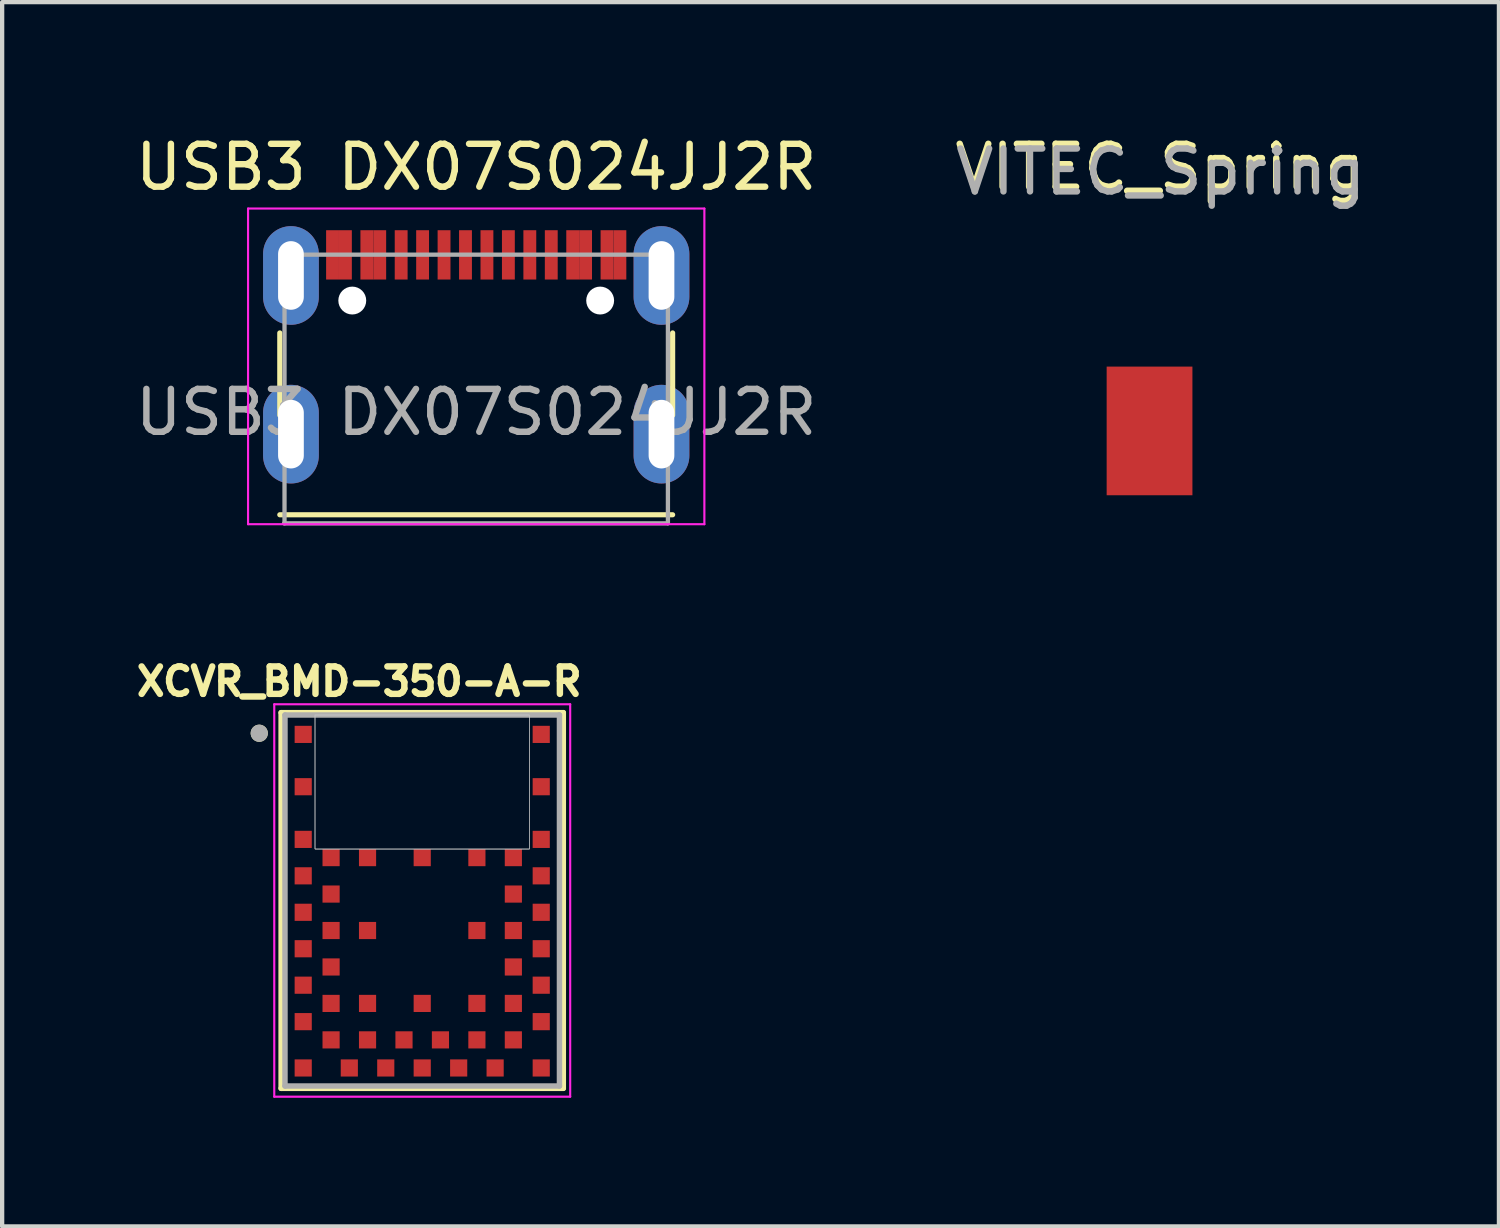
<source format=kicad_pcb>
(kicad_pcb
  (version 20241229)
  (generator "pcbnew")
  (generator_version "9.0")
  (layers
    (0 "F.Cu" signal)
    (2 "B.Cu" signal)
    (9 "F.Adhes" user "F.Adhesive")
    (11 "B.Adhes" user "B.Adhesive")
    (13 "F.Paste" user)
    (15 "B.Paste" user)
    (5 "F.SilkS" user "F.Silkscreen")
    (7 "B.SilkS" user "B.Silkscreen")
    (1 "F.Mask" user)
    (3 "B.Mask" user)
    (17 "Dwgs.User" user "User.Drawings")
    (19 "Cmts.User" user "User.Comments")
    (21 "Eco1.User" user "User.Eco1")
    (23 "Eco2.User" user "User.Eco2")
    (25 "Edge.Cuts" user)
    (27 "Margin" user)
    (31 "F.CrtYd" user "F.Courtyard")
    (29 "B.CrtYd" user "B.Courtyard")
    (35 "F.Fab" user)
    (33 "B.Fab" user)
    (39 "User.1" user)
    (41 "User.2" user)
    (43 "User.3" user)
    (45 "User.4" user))
  (footprint "XCVR_BMD-350-A-R"
    (layer "F.Cu")
    (at 6.795 17.947)
    (property "Reference" "XCVR_BMD-350-A-R" (at -1.468 -5.106 0) (layer "F.SilkS") (effects (font (size 0.64 0.64) (thickness 0.15))))
    (attr through_hole)
    (fp_line (start -3.29 -4.38) (end -3.29 4.38) (stroke (width 0.127) (type solid)) (layer "F.SilkS"))
    (fp_line (start -3.29 4.38) (end 3.29 4.38) (stroke (width 0.127) (type solid)) (layer "F.SilkS"))
    (fp_line (start 3.29 -4.38) (end -3.29 -4.38) (stroke (width 0.127) (type solid)) (layer "F.SilkS"))
    (fp_line (start 3.29 4.38) (end 3.29 -4.38) (stroke (width 0.127) (type solid)) (layer "F.SilkS"))
    (fp_circle (center -3.8 -3.9) (end -3.7 -3.9) (stroke (width 0.2) (type solid)) (fill no) (layer "F.SilkS"))
    (fp_poly (pts (xy -2.5 -4.325) (xy 2.5 -4.325) (xy 2.5 -1.2) (xy -2.5 -1.2)) (stroke (width 0.01) (type solid)) (fill no) (layer "Dwgs.User"))
    (fp_poly (pts (xy -2.5 -4.325) (xy 2.5 -4.325) (xy 2.5 -1.2) (xy -2.5 -1.2)) (stroke (width 0.01) (type solid)) (fill no) (layer "Dwgs.User"))
    (fp_poly (pts (xy -2.5 -4.325) (xy 2.5 -4.325) (xy 2.5 -1.2) (xy -2.5 -1.2)) (stroke (width 0.01) (type solid)) (fill no) (layer "Dwgs.User"))
    (fp_line (start -3.45 -4.575) (end 3.45 -4.575) (stroke (width 0.05) (type solid)) (layer "F.CrtYd"))
    (fp_line (start -3.45 4.575) (end -3.45 -4.575) (stroke (width 0.05) (type solid)) (layer "F.CrtYd"))
    (fp_line (start 3.45 -4.575) (end 3.45 4.575) (stroke (width 0.05) (type solid)) (layer "F.CrtYd"))
    (fp_line (start 3.45 4.575) (end -3.45 4.575) (stroke (width 0.05) (type solid)) (layer "F.CrtYd"))
    (fp_line (start -3.2 -4.325) (end -3.2 4.325) (stroke (width 0.127) (type solid)) (layer "F.Fab"))
    (fp_line (start -3.2 4.325) (end 3.2 4.325) (stroke (width 0.127) (type solid)) (layer "F.Fab"))
    (fp_line (start 3.2 -4.325) (end -3.2 -4.325) (stroke (width 0.127) (type solid)) (layer "F.Fab"))
    (fp_line (start 3.2 4.325) (end 3.2 -4.325) (stroke (width 0.127) (type solid)) (layer "F.Fab"))
    (fp_circle (center -3.8 -3.9) (end -3.7 -3.9) (stroke (width 0.2) (type solid)) (fill no) (layer "F.Fab"))
    (pad "1" smd rect (at -2.775 -3.873) (size 0.4 0.4) (layers "F.Cu" "F.Mask" "F.Paste"))
    (pad "2" smd rect (at -2.775 -2.653) (size 0.4 0.4) (layers "F.Cu" "F.Mask" "F.Paste"))
    (pad "3" smd rect (at -2.775 -1.425) (size 0.4 0.4) (layers "F.Cu" "F.Mask" "F.Paste"))
    (pad "4" smd rect (at -2.125 -1) (size 0.4 0.4) (layers "F.Cu" "F.Mask" "F.Paste"))
    (pad "5" smd rect (at -2.775 -0.575) (size 0.4 0.4) (layers "F.Cu" "F.Mask" "F.Paste"))
    (pad "6" smd rect (at -2.125 -0.15) (size 0.4 0.4) (layers "F.Cu" "F.Mask" "F.Paste"))
    (pad "7" smd rect (at -2.775 0.275) (size 0.4 0.4) (layers "F.Cu" "F.Mask" "F.Paste"))
    (pad "8" smd rect (at -2.125 0.7) (size 0.4 0.4) (layers "F.Cu" "F.Mask" "F.Paste"))
    (pad "9" smd rect (at -2.775 1.125) (size 0.4 0.4) (layers "F.Cu" "F.Mask" "F.Paste"))
    (pad "10" smd rect (at -2.125 1.55) (size 0.4 0.4) (layers "F.Cu" "F.Mask" "F.Paste"))
    (pad "11" smd rect (at -2.775 1.975) (size 0.4 0.4) (layers "F.Cu" "F.Mask" "F.Paste"))
    (pad "12" smd rect (at -2.125 2.4) (size 0.4 0.4) (layers "F.Cu" "F.Mask" "F.Paste"))
    (pad "13" smd rect (at -2.775 2.825) (size 0.4 0.4) (layers "F.Cu" "F.Mask" "F.Paste"))
    (pad "14" smd rect (at -2.125 3.25) (size 0.4 0.4) (layers "F.Cu" "F.Mask" "F.Paste"))
    (pad "15" smd rect (at -2.775 3.905) (size 0.4 0.4) (layers "F.Cu" "F.Mask" "F.Paste"))
    (pad "16" smd rect (at -1.7 3.905) (size 0.4 0.4) (layers "F.Cu" "F.Mask" "F.Paste"))
    (pad "17" smd rect (at -1.275 3.25) (size 0.4 0.4) (layers "F.Cu" "F.Mask" "F.Paste"))
    (pad "18" smd rect (at -0.85 3.905) (size 0.4 0.4) (layers "F.Cu" "F.Mask" "F.Paste"))
    (pad "19" smd rect (at -0.425 3.25) (size 0.4 0.4) (layers "F.Cu" "F.Mask" "F.Paste"))
    (pad "20" smd rect (at 0 3.905) (size 0.4 0.4) (layers "F.Cu" "F.Mask" "F.Paste"))
    (pad "21" smd rect (at 0.425 3.25) (size 0.4 0.4) (layers "F.Cu" "F.Mask" "F.Paste"))
    (pad "22" smd rect (at 0.85 3.905) (size 0.4 0.4) (layers "F.Cu" "F.Mask" "F.Paste"))
    (pad "23" smd rect (at 1.275 3.25) (size 0.4 0.4) (layers "F.Cu" "F.Mask" "F.Paste"))
    (pad "24" smd rect (at 1.7 3.905) (size 0.4 0.4) (layers "F.Cu" "F.Mask" "F.Paste"))
    (pad "25" smd rect (at 2.125 3.25) (size 0.4 0.4) (layers "F.Cu" "F.Mask" "F.Paste"))
    (pad "26" smd rect (at 2.775 3.905) (size 0.4 0.4) (layers "F.Cu" "F.Mask" "F.Paste"))
    (pad "27" smd rect (at 2.775 2.825) (size 0.4 0.4) (layers "F.Cu" "F.Mask" "F.Paste"))
    (pad "28" smd rect (at 2.125 2.4) (size 0.4 0.4) (layers "F.Cu" "F.Mask" "F.Paste"))
    (pad "29" smd rect (at 2.775 1.975) (size 0.4 0.4) (layers "F.Cu" "F.Mask" "F.Paste"))
    (pad "30" smd rect (at 2.125 1.55) (size 0.4 0.4) (layers "F.Cu" "F.Mask" "F.Paste"))
    (pad "31" smd rect (at 2.775 1.125) (size 0.4 0.4) (layers "F.Cu" "F.Mask" "F.Paste"))
    (pad "32" smd rect (at 2.125 0.7) (size 0.4 0.4) (layers "F.Cu" "F.Mask" "F.Paste"))
    (pad "33" smd rect (at 2.775 0.275) (size 0.4 0.4) (layers "F.Cu" "F.Mask" "F.Paste"))
    (pad "34" smd rect (at 2.125 -0.15) (size 0.4 0.4) (layers "F.Cu" "F.Mask" "F.Paste"))
    (pad "35" smd rect (at 2.775 -0.575) (size 0.4 0.4) (layers "F.Cu" "F.Mask" "F.Paste"))
    (pad "36" smd rect (at 2.125 -1) (size 0.4 0.4) (layers "F.Cu" "F.Mask" "F.Paste"))
    (pad "37" smd rect (at 2.775 -1.425) (size 0.4 0.4) (layers "F.Cu" "F.Mask" "F.Paste"))
    (pad "38" smd rect (at 2.775 -2.653) (size 0.4 0.4) (layers "F.Cu" "F.Mask" "F.Paste"))
    (pad "39" smd rect (at 2.775 -3.873) (size 0.4 0.4) (layers "F.Cu" "F.Mask" "F.Paste"))
    (pad "40" smd rect (at -1.275 -1) (size 0.4 0.4) (layers "F.Cu" "F.Mask" "F.Paste"))
    (pad "41" smd rect (at -1.275 0.7) (size 0.4 0.4) (layers "F.Cu" "F.Mask" "F.Paste"))
    (pad "42" smd rect (at -1.275 2.4) (size 0.4 0.4) (layers "F.Cu" "F.Mask" "F.Paste"))
    (pad "43" smd rect (at 0 2.4) (size 0.4 0.4) (layers "F.Cu" "F.Mask" "F.Paste"))
    (pad "44" smd rect (at 1.275 2.4) (size 0.4 0.4) (layers "F.Cu" "F.Mask" "F.Paste"))
    (pad "45" smd rect (at 1.275 0.7) (size 0.4 0.4) (layers "F.Cu" "F.Mask" "F.Paste"))
    (pad "46" smd rect (at 1.275 -1) (size 0.4 0.4) (layers "F.Cu" "F.Mask" "F.Paste"))
    (pad "47" smd rect (at 0 -1) (size 0.4 0.4) (layers "F.Cu" "F.Mask" "F.Paste")))
  (footprint "USB3 DX07S024JJ2R"
    (layer "F.Cu")
    (at 8.064 3.973)
    (property "Reference" "USB3 DX07S024JJ2R" (at -0.01 -3.125 0) (layer "F.SilkS") (effects (font (size 1 1) (thickness 0.15))))
    (attr smd)
    (fp_line (start -4.59 0.74) (end -4.59 2.66) (stroke (width 0.12) (type solid)) (layer "F.SilkS"))
    (fp_line (start 4.57 2.66) (end 4.57 0.74) (stroke (width 0.12) (type solid)) (layer "F.SilkS"))
    (fp_line (start 4.57 4.98) (end -4.59 4.98) (stroke (width 0.12) (type solid)) (layer "F.SilkS"))
    (fp_line (start -5.33 -2.16) (end 5.31 -2.16) (stroke (width 0.05) (type solid)) (layer "F.CrtYd"))
    (fp_line (start -5.33 5.2) (end -5.33 -2.16) (stroke (width 0.05) (type solid)) (layer "F.CrtYd"))
    (fp_line (start 5.31 -2.16) (end 5.31 5.2) (stroke (width 0.05) (type solid)) (layer "F.CrtYd"))
    (fp_line (start 5.31 5.2) (end -5.33 5.2) (stroke (width 0.05) (type solid)) (layer "F.CrtYd"))
    (fp_line (start -4.49 5.18) (end 4.45 5.18) (stroke (width 0.1) (type solid)) (layer "F.Fab"))
    (fp_line (start -4.48 -1.085) (end -4.48 5.18) (stroke (width 0.1) (type solid)) (layer "F.Fab"))
    (fp_line (start -4.48 -1.085) (end 4.46 -1.085) (stroke (width 0.1) (type solid)) (layer "F.Fab"))
    (fp_line (start 4.46 5.18) (end 4.46 -1.085) (stroke (width 0.1) (type solid)) (layer "F.Fab"))
    (fp_text user "${REFERENCE}" (at -0.01 2.59 0) (layer "F.Fab") (effects (font (size 1 1) (thickness 0.15))))
    (pad "" np_thru_hole circle (at -2.9 -0.015) (size 0.65 0.65) (drill 0.65) (layers "*.Cu" "*.Mask"))
    (pad "" np_thru_hole circle (at 2.88 -0.015) (size 0.65 0.65) (drill 0.65) (layers "*.Cu" "*.Mask"))
    (pad "A1" smd rect (at -3.36 -1.08) (size 0.3 1.15) (layers "F.Cu" "F.Mask" "F.Paste"))
    (pad "A4" smd rect (at -2.56 -1.08) (size 0.3 1.15) (layers "F.Cu" "F.Mask" "F.Paste"))
    (pad "A5" smd rect (at -1.26 -1.08) (size 0.3 1.15) (layers "F.Cu" "F.Mask" "F.Paste"))
    (pad "A6" smd rect (at -0.26 -1.08) (size 0.3 1.15) (layers "F.Cu" "F.Mask" "F.Paste"))
    (pad "A7" smd rect (at 0.24 -1.08) (size 0.3 1.15) (layers "F.Cu" "F.Mask" "F.Paste"))
    (pad "A8" smd rect (at 1.24 -1.08) (size 0.3 1.15) (layers "F.Cu" "F.Mask" "F.Paste"))
    (pad "A9" smd rect (at 2.54 -1.08) (size 0.3 1.15) (layers "F.Cu" "F.Mask" "F.Paste"))
    (pad "A12" smd rect (at 3.34 -1.08) (size 0.3 1.15) (layers "F.Cu" "F.Mask" "F.Paste"))
    (pad "B1" smd rect (at 3.04 -1.08) (size 0.3 1.15) (layers "F.Cu" "F.Mask" "F.Paste"))
    (pad "B4" smd rect (at 2.24 -1.08) (size 0.3 1.15) (layers "F.Cu" "F.Mask" "F.Paste"))
    (pad "B5" smd rect (at 1.74 -1.08) (size 0.3 1.15) (layers "F.Cu" "F.Mask" "F.Paste"))
    (pad "B6" smd rect (at 0.74 -1.08) (size 0.3 1.15) (layers "F.Cu" "F.Mask" "F.Paste"))
    (pad "B7" smd rect (at -0.76 -1.08) (size 0.3 1.15) (layers "F.Cu" "F.Mask" "F.Paste"))
    (pad "B8" smd rect (at -1.76 -1.08) (size 0.3 1.15) (layers "F.Cu" "F.Mask" "F.Paste"))
    (pad "B9" smd rect (at -2.26 -1.08) (size 0.3 1.15) (layers "F.Cu" "F.Mask" "F.Paste"))
    (pad "B12" smd rect (at -3.06 -1.08) (size 0.3 1.15) (layers "F.Cu" "F.Mask" "F.Paste"))
    (pad "S1" thru_hole oval (at -4.33 -0.6) (size 1.3 2.3) (drill oval 0.6 1.6) (layers "*.Cu" "*.Mask"))
    (pad "S1" thru_hole oval (at -4.33 3.1) (size 1.3 2.3) (drill oval 0.6 1.6) (layers "*.Cu" "*.Mask"))
    (pad "S1" thru_hole oval (at 4.31 -0.6) (size 1.3 2.3) (drill oval 0.6 1.6) (layers "*.Cu" "*.Mask"))
    (pad "S1" thru_hole oval (at 4.31 3.1) (size 1.3 2.3) (drill oval 0.6 1.6) (layers "*.Cu" "*.Mask")))
  (footprint "VITEC_Spring"
    (layer "F.Cu")
    (at 23.754 6.998)
    (property "Reference" "VITEC_Spring" (at 0.24 -6.15 0) (layer "F.SilkS") (effects (font (size 1 1) (thickness 0.15))))
    (attr exclude_from_pos_files exclude_from_bom)
    (fp_text user "${REFERENCE}" (at 0.26 -6.04 0) (layer "F.Fab") (effects (font (size 1 1) (thickness 0.15))))
    (pad "1" smd rect (at 0 0) (size 2 3) (layers "F.Cu" "F.Mask")))
  (gr_rect
    (start -3 -3)
    (end 31.901 25.547)
    (stroke (width 0.1) (type default))
    (fill no)
    (layer "Edge.Cuts")))
</source>
